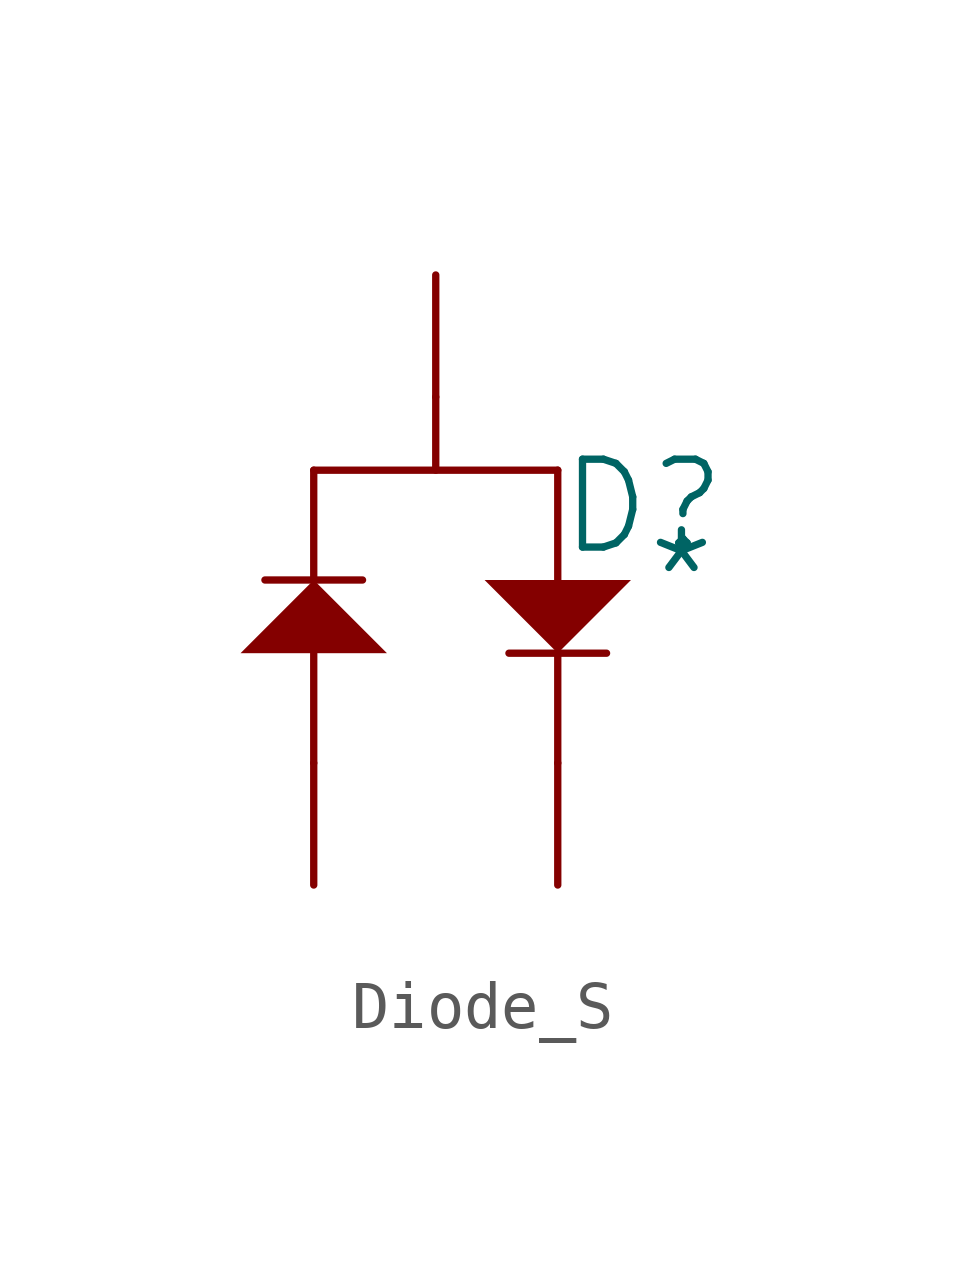
<source format=kicad_sym>
(kicad_symbol_lib
  (version 20241209)
  (generator "kicad_symbol_editor")
  (generator_version "9.0")
  (symbol "Diode_S"
    (pin_numbers
      (hide yes))
    (pin_names
      (hide yes))
    (property "Reference" "D"
      (at 9.398 -2.286 0)
      (effects (font (size 1.829 1.829))))
    (property "Value" "*"
      (at 9.398 -4.826 0)
      (effects (font (size 1.829 1.829)) (justify left bottom)))
    (symbol "Diode_S_1_0"
      (polyline (pts (xy 1.016 -5.334) (xy 4.064 -5.334) (xy 2.54 -3.81) (xy 1.016 -5.334) (xy 1.016 -5.334)) (stroke (width -0.0001) (type solid)) (fill (type outline)))
      (polyline (pts (xy 1.524 -3.81) (xy 3.556 -3.81)) (stroke (width 0) (type solid)) (fill (type none)))
      (polyline (pts (xy 2.54 -3.81) (xy 2.54 -1.524)) (stroke (width 0) (type solid)) (fill (type none)))
      (polyline (pts (xy 2.54 -7.62) (xy 2.54 -5.334)) (stroke (width 0) (type solid)) (fill (type none)))
      (polyline (pts (xy 5.08 0) (xy 5.08 -1.524)) (stroke (width 0) (type solid)) (fill (type none)))
      (polyline (pts (xy 7.62 -1.524) (xy 2.54 -1.524)) (stroke (width 0) (type solid)) (fill (type none)))
      (polyline (pts (xy 7.62 -3.81) (xy 7.62 -1.524)) (stroke (width 0) (type solid)) (fill (type none)))
      (polyline (pts (xy 7.62 -7.62) (xy 7.62 -5.334)) (stroke (width 0) (type solid)) (fill (type none)))
      (polyline (pts (xy 8.636 -5.334) (xy 6.604 -5.334)) (stroke (width 0) (type solid)) (fill (type none)))
      (polyline (pts (xy 9.144 -3.81) (xy 6.096 -3.81) (xy 7.62 -5.334) (xy 9.144 -3.81) (xy 9.144 -3.81)) (stroke (width -0.0001) (type solid)) (fill (type outline)))
      (pin passive line (at 2.54 -10.16 90) (length 2.54) (name "A" (effects (font (size 1.27 1.27)))) (number "A" (effects (font (size 1.27 1.27)))))
      (pin passive line (at 5.08 2.54 270) (length 2.54) (name "COM" (effects (font (size 1.27 1.27)))) (number "COM" (effects (font (size 1.27 1.27)))))
      (pin passive line (at 7.62 -10.16 90) (length 2.54) (name "K" (effects (font (size 1.27 1.27)))) (number "K" (effects (font (size 1.27 1.27))))))))
</source>
